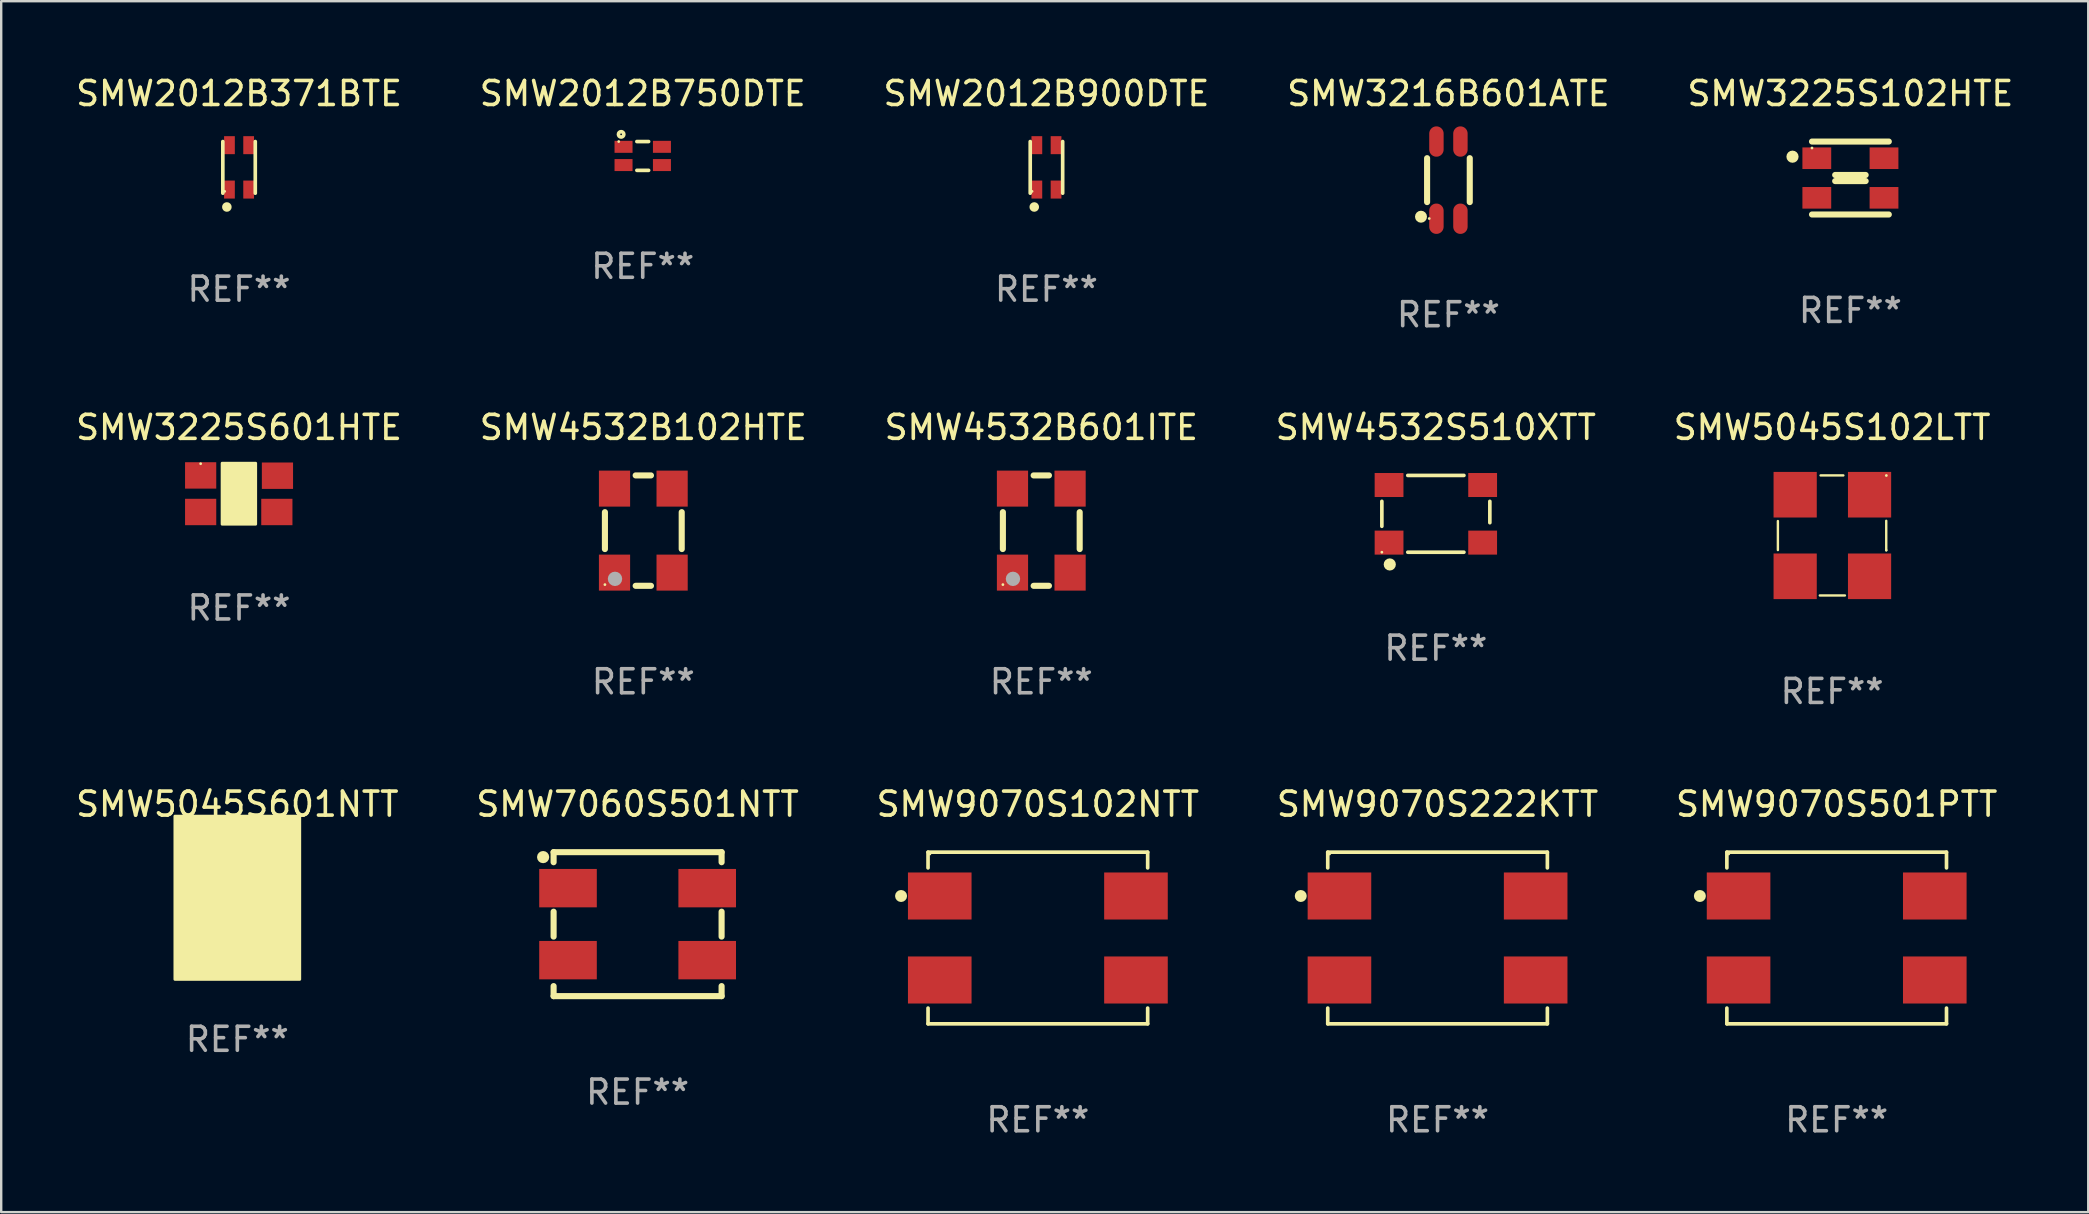
<source format=kicad_pcb>
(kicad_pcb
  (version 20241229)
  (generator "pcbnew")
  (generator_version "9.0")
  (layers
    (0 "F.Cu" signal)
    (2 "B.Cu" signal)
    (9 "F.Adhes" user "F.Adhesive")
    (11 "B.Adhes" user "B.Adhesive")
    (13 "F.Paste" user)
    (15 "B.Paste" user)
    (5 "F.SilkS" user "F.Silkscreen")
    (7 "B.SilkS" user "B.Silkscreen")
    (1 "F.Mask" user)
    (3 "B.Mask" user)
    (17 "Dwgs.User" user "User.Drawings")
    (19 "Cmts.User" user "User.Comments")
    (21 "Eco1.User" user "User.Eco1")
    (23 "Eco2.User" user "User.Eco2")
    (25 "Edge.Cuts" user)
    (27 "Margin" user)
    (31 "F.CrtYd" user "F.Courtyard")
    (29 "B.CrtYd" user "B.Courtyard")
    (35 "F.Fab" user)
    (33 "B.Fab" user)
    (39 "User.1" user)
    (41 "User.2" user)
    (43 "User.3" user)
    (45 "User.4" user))
  (footprint "SMW5045S601NTT"
    (layer "F.Cu")
    (at 6.839 34.358)
    (property "Reference" "SMW5045S601NTT" (at 0 -3.9 0) (layer "F.SilkS") (effects (font (size 1 1) (thickness 0.15))))
    (attr through_hole)
    (fp_circle (center -2.25 -2.5) (end -2.22 -2.5) (stroke (width 0.06) (type solid)) (fill no) (layer "F.SilkS"))
    (fp_poly (pts (xy -2.6 -3.4) (xy 2.6 -3.4) (xy 2.6 3.4) (xy -2.6 3.4)) (stroke (width 0.12) (type solid)) (fill yes) (layer "F.SilkS"))
    (fp_text user "REF**" (at 0 5.9 0) (layer "F.Fab") (effects (font (size 1 1) (thickness 0.15))))
    (pad "1" smd rect (at -1.57 -1.9) (size 1.45 2) (layers "F.Cu" "F.Mask" "F.Paste"))
    (pad "2" smd rect (at 1.57 -1.9) (size 1.45 2) (layers "F.Cu" "F.Mask" "F.Paste"))
    (pad "3" smd rect (at 1.57 1.9) (size 1.45 2) (layers "F.Cu" "F.Mask" "F.Paste"))
    (pad "4" smd rect (at -1.57 1.9) (size 1.45 2) (layers "F.Cu" "F.Mask" "F.Paste")))
  (footprint "SMW9070S102NTT"
    (layer "F.Cu")
    (at 40.196 36.035)
    (property "Reference" "SMW9070S102NTT" (at 0 -5.576 0) (layer "F.SilkS") (effects (font (size 1 1) (thickness 0.15))))
    (attr through_hole)
    (fp_line (start -4.576 -3.576) (end 4.576 -3.576) (stroke (width 0.152) (type solid)) (layer "F.SilkS"))
    (fp_line (start -4.576 -2.921) (end -4.576 -3.576) (stroke (width 0.152) (type solid)) (layer "F.SilkS"))
    (fp_line (start -4.576 2.921) (end -4.576 3.576) (stroke (width 0.152) (type solid)) (layer "F.SilkS"))
    (fp_line (start -4.576 3.576) (end 4.576 3.576) (stroke (width 0.152) (type solid)) (layer "F.SilkS"))
    (fp_line (start 4.576 -3.576) (end 4.576 -2.921) (stroke (width 0.152) (type solid)) (layer "F.SilkS"))
    (fp_line (start 4.576 3.576) (end 4.576 2.921) (stroke (width 0.152) (type solid)) (layer "F.SilkS"))
    (fp_circle (center -5.7 -1.75) (end -5.575 -1.75) (stroke (width 0.25) (type solid)) (fill no) (layer "F.SilkS"))
    (fp_circle (center -4.5 -3.5) (end -4.47 -3.5) (stroke (width 0.06) (type solid)) (fill no) (layer "F.SilkS"))
    (fp_text user "REF**" (at 0 7.576 0) (layer "F.Fab") (effects (font (size 1 1) (thickness 0.15))))
    (pad "1" smd rect (at -4.088 -1.75 270) (size 1.96 2.65) (layers "F.Cu" "F.Mask" "F.Paste"))
    (pad "2" smd rect (at -4.088 1.75 270) (size 1.96 2.65) (layers "F.Cu" "F.Mask" "F.Paste"))
    (pad "3" smd rect (at 4.088 1.75 270) (size 1.96 2.65) (layers "F.Cu" "F.Mask" "F.Paste"))
    (pad "4" smd rect (at 4.088 -1.75 270) (size 1.96 2.65) (layers "F.Cu" "F.Mask" "F.Paste")))
  (footprint "SMW3225S102HTE"
    (layer "F.Cu")
    (at 74.054 4.368)
    (property "Reference" "SMW3225S102HTE" (at 0 -3.52 0) (layer "F.SilkS") (effects (font (size 1 1) (thickness 0.15))))
    (attr through_hole)
    (fp_line (start -1.6 -1.52) (end 1.6 -1.52) (stroke (width 0.254) (type solid)) (layer "F.SilkS"))
    (fp_line (start -1.6 1.52) (end 1.6 1.52) (stroke (width 0.254) (type solid)) (layer "F.SilkS"))
    (fp_line (start -0.635 -0.127) (end 0.635 -0.127) (stroke (width 0.254) (type solid)) (layer "F.SilkS"))
    (fp_line (start -0.635 0.127) (end 0.635 0.127) (stroke (width 0.254) (type solid)) (layer "F.SilkS"))
    (fp_circle (center -2.413 -0.889) (end -2.286 -0.889) (stroke (width 0.254) (type solid)) (fill no) (layer "F.SilkS"))
    (fp_circle (center -1.601 -1.251) (end -1.571 -1.251) (stroke (width 0.06) (type solid)) (fill no) (layer "F.SilkS"))
    (fp_text user "REF**" (at 0 5.52 0) (layer "F.Fab") (effects (font (size 1 1) (thickness 0.15))))
    (pad "1" smd rect (at -1.4 -0.825 90) (size 0.9 1.2) (layers "F.Cu" "F.Mask" "F.Paste"))
    (pad "2" smd rect (at -1.4 0.825 90) (size 0.9 1.2) (layers "F.Cu" "F.Mask" "F.Paste"))
    (pad "3" smd rect (at 1.4 0.825 90) (size 0.9 1.2) (layers "F.Cu" "F.Mask" "F.Paste"))
    (pad "4" smd rect (at 1.4 -0.825 90) (size 0.9 1.2) (layers "F.Cu" "F.Mask" "F.Paste")))
  (footprint "SMW3225S601HTE"
    (layer "F.Cu")
    (at 6.911 17.522)
    (property "Reference" "SMW3225S601HTE" (at 0 -2.762 0) (layer "F.SilkS") (effects (font (size 1 1) (thickness 0.15))))
    (attr through_hole)
    (fp_circle (center -1.6 -1.25) (end -1.57 -1.25) (stroke (width 0.06) (type solid)) (fill no) (layer "F.SilkS"))
    (fp_poly (pts (xy -0.705 -1.27) (xy 0.692 -1.27) (xy 0.692 1.27) (xy -0.705 1.27)) (stroke (width 0.12) (type solid)) (fill yes) (layer "F.SilkS"))
    (fp_text user "REF**" (at 0 4.762 0) (layer "F.Fab") (effects (font (size 1 1) (thickness 0.15))))
    (pad "1" smd rect (at -1.6 -0.762) (size 1.3 1.1) (layers "F.Cu" "F.Mask" "F.Paste"))
    (pad "2" smd rect (at -1.6 0.762) (size 1.3 1.1) (layers "F.Cu" "F.Mask" "F.Paste"))
    (pad "3" smd rect (at 1.575 0.762) (size 1.3 1.1) (layers "F.Cu" "F.Mask" "F.Paste"))
    (pad "4" smd rect (at 1.6 -0.75) (size 1.3 1.1) (layers "F.Cu" "F.Mask" "F.Paste")))
  (footprint "SMW9070S501PTT"
    (layer "F.Cu")
    (at 73.482 36.035)
    (property "Reference" "SMW9070S501PTT" (at 0 -5.576 0) (layer "F.SilkS") (effects (font (size 1 1) (thickness 0.15))))
    (attr through_hole)
    (fp_line (start -4.576 -3.576) (end 4.576 -3.576) (stroke (width 0.152) (type solid)) (layer "F.SilkS"))
    (fp_line (start -4.576 -2.921) (end -4.576 -3.576) (stroke (width 0.152) (type solid)) (layer "F.SilkS"))
    (fp_line (start -4.576 2.921) (end -4.576 3.576) (stroke (width 0.152) (type solid)) (layer "F.SilkS"))
    (fp_line (start -4.576 3.576) (end 4.576 3.576) (stroke (width 0.152) (type solid)) (layer "F.SilkS"))
    (fp_line (start 4.576 -3.576) (end 4.576 -2.921) (stroke (width 0.152) (type solid)) (layer "F.SilkS"))
    (fp_line (start 4.576 3.576) (end 4.576 2.921) (stroke (width 0.152) (type solid)) (layer "F.SilkS"))
    (fp_circle (center -5.7 -1.75) (end -5.575 -1.75) (stroke (width 0.25) (type solid)) (fill no) (layer "F.SilkS"))
    (fp_circle (center -4.5 -3.5) (end -4.47 -3.5) (stroke (width 0.06) (type solid)) (fill no) (layer "F.SilkS"))
    (fp_text user "REF**" (at 0 7.576 0) (layer "F.Fab") (effects (font (size 1 1) (thickness 0.15))))
    (pad "1" smd rect (at -4.088 -1.75 270) (size 1.96 2.65) (layers "F.Cu" "F.Mask" "F.Paste"))
    (pad "2" smd rect (at -4.088 1.75 270) (size 1.96 2.65) (layers "F.Cu" "F.Mask" "F.Paste"))
    (pad "3" smd rect (at 4.088 1.75 270) (size 1.96 2.65) (layers "F.Cu" "F.Mask" "F.Paste"))
    (pad "4" smd rect (at 4.088 -1.75 270) (size 1.96 2.65) (layers "F.Cu" "F.Mask" "F.Paste")))
  (footprint "SMW3216B601ATE"
    (layer "F.Cu")
    (at 57.304 4.456)
    (property "Reference" "SMW3216B601ATE" (at 0 -3.608 0) (layer "F.SilkS") (effects (font (size 1 1) (thickness 0.15))))
    (attr through_hole)
    (fp_line (start -0.889 -0.915) (end -0.889 0.915) (stroke (width 0.254) (type solid)) (layer "F.SilkS"))
    (fp_line (start 0.889 -0.915) (end 0.889 0.915) (stroke (width 0.254) (type solid)) (layer "F.SilkS"))
    (fp_circle (center -1.143 1.524) (end -1.018 1.524) (stroke (width 0.25) (type solid)) (fill no) (layer "F.SilkS"))
    (fp_circle (center -0.8 1.6) (end -0.77 1.6) (stroke (width 0.06) (type solid)) (fill no) (layer "F.SilkS"))
    (fp_text user "REF**" (at 0 5.608 0) (layer "F.Fab") (effects (font (size 1 1) (thickness 0.15))))
    (pad "1" smd oval (at -0.5 1.608) (size 0.6 1.265) (layers "F.Cu" "F.Mask" "F.Paste"))
    (pad "2" smd oval (at 0.5 1.608) (size 0.6 1.265) (layers "F.Cu" "F.Mask" "F.Paste"))
    (pad "3" smd oval (at 0.5 -1.608) (size 0.6 1.265) (layers "F.Cu" "F.Mask" "F.Paste"))
    (pad "4" smd oval (at -0.5 -1.608) (size 0.6 1.265) (layers "F.Cu" "F.Mask" "F.Paste")))
  (footprint "SMW7060S501NTT"
    (layer "F.Cu")
    (at 23.518 35.458)
    (property "Reference" "SMW7060S501NTT" (at 0 -5 0) (layer "F.SilkS") (effects (font (size 1 1) (thickness 0.15))))
    (attr through_hole)
    (fp_line (start -3.5 -3) (end -3.5 -2.581) (stroke (width 0.254) (type solid)) (layer "F.SilkS"))
    (fp_line (start -3.5 -3) (end 3.5 -3) (stroke (width 0.254) (type solid)) (layer "F.SilkS"))
    (fp_line (start -3.5 -0.519) (end -3.5 0.519) (stroke (width 0.254) (type solid)) (layer "F.SilkS"))
    (fp_line (start -3.5 2.581) (end -3.5 3) (stroke (width 0.254) (type solid)) (layer "F.SilkS"))
    (fp_line (start -3.5 3) (end 3.5 3) (stroke (width 0.254) (type solid)) (layer "F.SilkS"))
    (fp_line (start 3.5 -3) (end 3.5 -2.581) (stroke (width 0.254) (type solid)) (layer "F.SilkS"))
    (fp_line (start 3.5 -0.519) (end 3.5 0.519) (stroke (width 0.254) (type solid)) (layer "F.SilkS"))
    (fp_line (start 3.5 2.581) (end 3.5 3) (stroke (width 0.254) (type solid)) (layer "F.SilkS"))
    (fp_circle (center -3.937 -2.794) (end -3.81 -2.794) (stroke (width 0.254) (type solid)) (fill no) (layer "F.SilkS"))
    (fp_circle (center -3.5 -3) (end -3.47 -3) (stroke (width 0.06) (type solid)) (fill no) (layer "F.SilkS"))
    (fp_text user "REF**" (at 0 7 0) (layer "F.Fab") (effects (font (size 1 1) (thickness 0.15))))
    (pad "1" smd rect (at -2.9 -1.5) (size 2.4 1.6) (layers "F.Cu" "F.Mask" "F.Paste"))
    (pad "2" smd rect (at -2.9 1.5) (size 2.4 1.6) (layers "F.Cu" "F.Mask" "F.Paste"))
    (pad "3" smd rect (at 2.9 1.5) (size 2.4 1.6) (layers "F.Cu" "F.Mask" "F.Paste"))
    (pad "4" smd rect (at 2.9 -1.5) (size 2.4 1.6) (layers "F.Cu" "F.Mask" "F.Paste")))
  (footprint "SMW2012B750DTE"
    (layer "F.Cu")
    (at 23.732 3.448)
    (property "Reference" "SMW2012B750DTE" (at 0 -2.6 0) (layer "F.SilkS") (effects (font (size 1 1) (thickness 0.15))))
    (attr through_hole)
    (fp_line (start -0.245 -0.6) (end 0.245 -0.6) (stroke (width 0.152) (type solid)) (layer "F.SilkS"))
    (fp_line (start -0.245 0.6) (end 0.245 0.6) (stroke (width 0.152) (type solid)) (layer "F.SilkS"))
    (fp_circle (center -1 -0.6) (end -0.97 -0.6) (stroke (width 0.06) (type solid)) (fill no) (layer "F.SilkS"))
    (fp_circle (center -0.9 -0.9) (end -0.788 -0.9) (stroke (width 0.152) (type solid)) (fill no) (layer "F.SilkS"))
    (fp_text user "REF**" (at 0 4.6 0) (layer "F.Fab") (effects (font (size 1 1) (thickness 0.15))))
    (pad "1" smd rect (at -0.8 -0.38) (size 0.75 0.5) (layers "F.Cu" "F.Mask" "F.Paste"))
    (pad "2" smd rect (at -0.8 0.38) (size 0.75 0.5) (layers "F.Cu" "F.Mask" "F.Paste"))
    (pad "3" smd rect (at 0.8 0.38) (size 0.75 0.5) (layers "F.Cu" "F.Mask" "F.Paste"))
    (pad "4" smd rect (at 0.8 -0.38) (size 0.75 0.5) (layers "F.Cu" "F.Mask" "F.Paste")))
  (footprint "SMW4532S510XTT"
    (layer "F.Cu")
    (at 56.78 18.36)
    (property "Reference" "SMW4532S510XTT" (at 0 -3.6 0) (layer "F.SilkS") (effects (font (size 1 1) (thickness 0.15))))
    (attr through_hole)
    (fp_line (start -2.25 -0.52) (end -2.25 0.52) (stroke (width 0.152) (type solid)) (layer "F.SilkS"))
    (fp_line (start -1.17 1.6) (end 1.17 1.6) (stroke (width 0.152) (type solid)) (layer "F.SilkS"))
    (fp_line (start 1.17 -1.6) (end -1.17 -1.6) (stroke (width 0.152) (type solid)) (layer "F.SilkS"))
    (fp_line (start 2.25 0.37) (end 2.25 -0.52) (stroke (width 0.152) (type solid)) (layer "F.SilkS"))
    (fp_circle (center -2.25 1.6) (end -2.22 1.6) (stroke (width 0.06) (type solid)) (fill no) (layer "F.SilkS"))
    (fp_circle (center -1.92 2.11) (end -1.793 2.11) (stroke (width 0.254) (type solid)) (fill no) (layer "F.SilkS"))
    (fp_text user "REF**" (at 0 5.6 0) (layer "F.Fab") (effects (font (size 1 1) (thickness 0.15))))
    (pad "1" smd rect (at -1.95 1.2) (size 1.2 1) (layers "F.Cu" "F.Mask" "F.Paste"))
    (pad "2" smd rect (at 1.95 1.2) (size 1.2 1) (layers "F.Cu" "F.Mask" "F.Paste"))
    (pad "3" smd rect (at 1.95 -1.2) (size 1.2 1) (layers "F.Cu" "F.Mask" "F.Paste"))
    (pad "4" smd rect (at -1.95 -1.2) (size 1.2 1) (layers "F.Cu" "F.Mask" "F.Paste")))
  (footprint "SMW9070S222KTT"
    (layer "F.Cu")
    (at 56.851 36.035)
    (property "Reference" "SMW9070S222KTT" (at 0 -5.576 0) (layer "F.SilkS") (effects (font (size 1 1) (thickness 0.15))))
    (attr through_hole)
    (fp_line (start -4.576 -3.576) (end 4.576 -3.576) (stroke (width 0.152) (type solid)) (layer "F.SilkS"))
    (fp_line (start -4.576 -2.921) (end -4.576 -3.576) (stroke (width 0.152) (type solid)) (layer "F.SilkS"))
    (fp_line (start -4.576 2.921) (end -4.576 3.576) (stroke (width 0.152) (type solid)) (layer "F.SilkS"))
    (fp_line (start -4.576 3.576) (end 4.576 3.576) (stroke (width 0.152) (type solid)) (layer "F.SilkS"))
    (fp_line (start 4.576 -3.576) (end 4.576 -2.921) (stroke (width 0.152) (type solid)) (layer "F.SilkS"))
    (fp_line (start 4.576 3.576) (end 4.576 2.921) (stroke (width 0.152) (type solid)) (layer "F.SilkS"))
    (fp_circle (center -5.7 -1.75) (end -5.575 -1.75) (stroke (width 0.25) (type solid)) (fill no) (layer "F.SilkS"))
    (fp_circle (center -4.5 -3.5) (end -4.47 -3.5) (stroke (width 0.06) (type solid)) (fill no) (layer "F.SilkS"))
    (fp_text user "REF**" (at 0 7.576 0) (layer "F.Fab") (effects (font (size 1 1) (thickness 0.15))))
    (pad "1" smd rect (at -4.088 -1.75 270) (size 1.96 2.65) (layers "F.Cu" "F.Mask" "F.Paste"))
    (pad "2" smd rect (at -4.088 1.75 270) (size 1.96 2.65) (layers "F.Cu" "F.Mask" "F.Paste"))
    (pad "3" smd rect (at 4.088 1.75 270) (size 1.96 2.65) (layers "F.Cu" "F.Mask" "F.Paste"))
    (pad "4" smd rect (at 4.088 -1.75 270) (size 1.96 2.65) (layers "F.Cu" "F.Mask" "F.Paste")))
  (footprint "SMW5045S102LTT"
    (layer "F.Cu")
    (at 73.292 19.261)
    (property "Reference" "SMW5045S102LTT" (at 0 -4.501 0) (layer "F.SilkS") (effects (font (size 1 1) (thickness 0.15))))
    (attr through_hole)
    (fp_line (start -2.26 0.609) (end -2.26 -0.599) (stroke (width 0.1) (type solid)) (layer "F.SilkS"))
    (fp_line (start 0.468 -2.501) (end -0.481 -2.501) (stroke (width 0.1) (type solid)) (layer "F.SilkS"))
    (fp_line (start 0.533 2.501) (end -0.513 2.501) (stroke (width 0.1) (type solid)) (layer "F.SilkS"))
    (fp_line (start 2.255 0.618) (end 2.255 -0.61) (stroke (width 0.1) (type solid)) (layer "F.SilkS"))
    (fp_line (start 2.26 0.618) (end 2.255 0.618) (stroke (width 0.1) (type solid)) (layer "F.SilkS"))
    (fp_circle (center 2.26 -2.497) (end 2.29 -2.497) (stroke (width 0.06) (type solid)) (fill no) (layer "F.SilkS"))
    (fp_text user "REF**" (at 0 6.501 0) (layer "F.Fab") (effects (font (size 1 1) (thickness 0.15))))
    (pad "1" smd rect (at 1.56 -1.697) (size 1.8 1.9) (layers "F.Cu" "F.Mask" "F.Paste"))
    (pad "2" smd rect (at -1.54 -1.697) (size 1.8 1.9) (layers "F.Cu" "F.Mask" "F.Paste"))
    (pad "3" smd rect (at -1.54 1.703) (size 1.8 1.9) (layers "F.Cu" "F.Mask" "F.Paste"))
    (pad "4" smd rect (at 1.56 1.703) (size 1.8 1.9) (layers "F.Cu" "F.Mask" "F.Paste")))
  (footprint "SMW4532B102HTE"
    (layer "F.Cu")
    (at 23.756 19.06)
    (property "Reference" "SMW4532B102HTE" (at 0 -4.3 0) (layer "F.SilkS") (effects (font (size 1 1) (thickness 0.15))))
    (attr through_hole)
    (fp_line (start -1.6 0.769) (end -1.6 -0.769) (stroke (width 0.254) (type solid)) (layer "F.SilkS"))
    (fp_line (start -0.319 -2.3) (end 0.319 -2.3) (stroke (width 0.254) (type solid)) (layer "F.SilkS"))
    (fp_line (start -0.319 2.3) (end 0.319 2.3) (stroke (width 0.254) (type solid)) (layer "F.SilkS"))
    (fp_line (start 1.6 -0.769) (end 1.6 0.769) (stroke (width 0.254) (type solid)) (layer "F.SilkS"))
    (fp_circle (center -1.6 2.25) (end -1.57 2.25) (stroke (width 0.06) (type solid)) (fill no) (layer "F.SilkS"))
    (fp_circle (center -1.18 2.01) (end -1.03 2.01) (stroke (width 0.3) (type solid)) (fill no) (layer "F.Fab"))
    (fp_text user "REF**" (at 0 6.3 0) (layer "F.Fab") (effects (font (size 1 1) (thickness 0.15))))
    (pad "1" smd rect (at -1.2 1.75) (size 1.3 1.5) (layers "F.Cu" "F.Mask" "F.Paste"))
    (pad "2" smd rect (at -1.2 -1.75) (size 1.3 1.5) (layers "F.Cu" "F.Mask" "F.Paste"))
    (pad "3" smd rect (at 1.2 -1.75) (size 1.3 1.5) (layers "F.Cu" "F.Mask" "F.Paste"))
    (pad "4" smd rect (at 1.2 1.75) (size 1.3 1.5) (layers "F.Cu" "F.Mask" "F.Paste")))
  (footprint "SMW2012B900DTE"
    (layer "F.Cu")
    (at 40.554 3.924)
    (property "Reference" "SMW2012B900DTE" (at 0 -3.076 0) (layer "F.SilkS") (effects (font (size 1 1) (thickness 0.15))))
    (attr through_hole)
    (fp_line (start -0.676 1.076) (end -0.676 -1.076) (stroke (width 0.152) (type solid)) (layer "F.SilkS"))
    (fp_line (start 0.676 1.076) (end 0.676 -1.076) (stroke (width 0.152) (type solid)) (layer "F.SilkS"))
    (fp_circle (center -0.6 1) (end -0.57 1) (stroke (width 0.06) (type solid)) (fill no) (layer "F.SilkS"))
    (fp_circle (center -0.508 1.651) (end -0.408 1.651) (stroke (width 0.2) (type solid)) (fill no) (layer "F.SilkS"))
    (fp_text user "REF**" (at 0 5.076 0) (layer "F.Fab") (effects (font (size 1 1) (thickness 0.15))))
    (pad "1" smd rect (at -0.4 0.925) (size 0.448 0.75) (layers "F.Cu" "F.Mask" "F.Paste"))
    (pad "2" smd rect (at 0.4 0.925) (size 0.448 0.75) (layers "F.Cu" "F.Mask" "F.Paste"))
    (pad "3" smd rect (at 0.4 -0.925) (size 0.448 0.75) (layers "F.Cu" "F.Mask" "F.Paste"))
    (pad "4" smd rect (at -0.4 -0.925) (size 0.448 0.75) (layers "F.Cu" "F.Mask" "F.Paste")))
  (footprint "SMW2012B371BTE"
    (layer "F.Cu")
    (at 6.911 3.924)
    (property "Reference" "SMW2012B371BTE" (at 0 -3.076 0) (layer "F.SilkS") (effects (font (size 1 1) (thickness 0.15))))
    (attr through_hole)
    (fp_line (start -0.676 1.076) (end -0.676 -1.076) (stroke (width 0.152) (type solid)) (layer "F.SilkS"))
    (fp_line (start 0.676 1.076) (end 0.676 -1.076) (stroke (width 0.152) (type solid)) (layer "F.SilkS"))
    (fp_circle (center -0.6 1) (end -0.57 1) (stroke (width 0.06) (type solid)) (fill no) (layer "F.SilkS"))
    (fp_circle (center -0.508 1.651) (end -0.408 1.651) (stroke (width 0.2) (type solid)) (fill no) (layer "F.SilkS"))
    (fp_text user "REF**" (at 0 5.076 0) (layer "F.Fab") (effects (font (size 1 1) (thickness 0.15))))
    (pad "1" smd rect (at -0.4 0.925) (size 0.448 0.75) (layers "F.Cu" "F.Mask" "F.Paste"))
    (pad "2" smd rect (at 0.4 0.925) (size 0.448 0.75) (layers "F.Cu" "F.Mask" "F.Paste"))
    (pad "3" smd rect (at 0.4 -0.925) (size 0.448 0.75) (layers "F.Cu" "F.Mask" "F.Paste"))
    (pad "4" smd rect (at -0.4 -0.925) (size 0.448 0.75) (layers "F.Cu" "F.Mask" "F.Paste")))
  (footprint "SMW4532B601ITE"
    (layer "F.Cu")
    (at 40.339 19.06)
    (property "Reference" "SMW4532B601ITE" (at 0 -4.3 0) (layer "F.SilkS") (effects (font (size 1 1) (thickness 0.15))))
    (attr through_hole)
    (fp_line (start -1.6 0.769) (end -1.6 -0.769) (stroke (width 0.254) (type solid)) (layer "F.SilkS"))
    (fp_line (start -0.319 -2.3) (end 0.319 -2.3) (stroke (width 0.254) (type solid)) (layer "F.SilkS"))
    (fp_line (start -0.319 2.3) (end 0.319 2.3) (stroke (width 0.254) (type solid)) (layer "F.SilkS"))
    (fp_line (start 1.6 -0.769) (end 1.6 0.769) (stroke (width 0.254) (type solid)) (layer "F.SilkS"))
    (fp_circle (center -1.6 2.25) (end -1.57 2.25) (stroke (width 0.06) (type solid)) (fill no) (layer "F.SilkS"))
    (fp_circle (center -1.18 2.01) (end -1.03 2.01) (stroke (width 0.3) (type solid)) (fill no) (layer "F.Fab"))
    (fp_text user "REF**" (at 0 6.3 0) (layer "F.Fab") (effects (font (size 1 1) (thickness 0.15))))
    (pad "1" smd rect (at -1.2 1.75) (size 1.3 1.5) (layers "F.Cu" "F.Mask" "F.Paste"))
    (pad "2" smd rect (at -1.2 -1.75) (size 1.3 1.5) (layers "F.Cu" "F.Mask" "F.Paste"))
    (pad "3" smd rect (at 1.2 -1.75) (size 1.3 1.5) (layers "F.Cu" "F.Mask" "F.Paste"))
    (pad "4" smd rect (at 1.2 1.75) (size 1.3 1.5) (layers "F.Cu" "F.Mask" "F.Paste")))
  (gr_rect
    (start -3 -3)
    (end 83.964 47.459)
    (stroke (width 0.1) (type default))
    (fill no)
    (layer "Edge.Cuts")))
</source>
